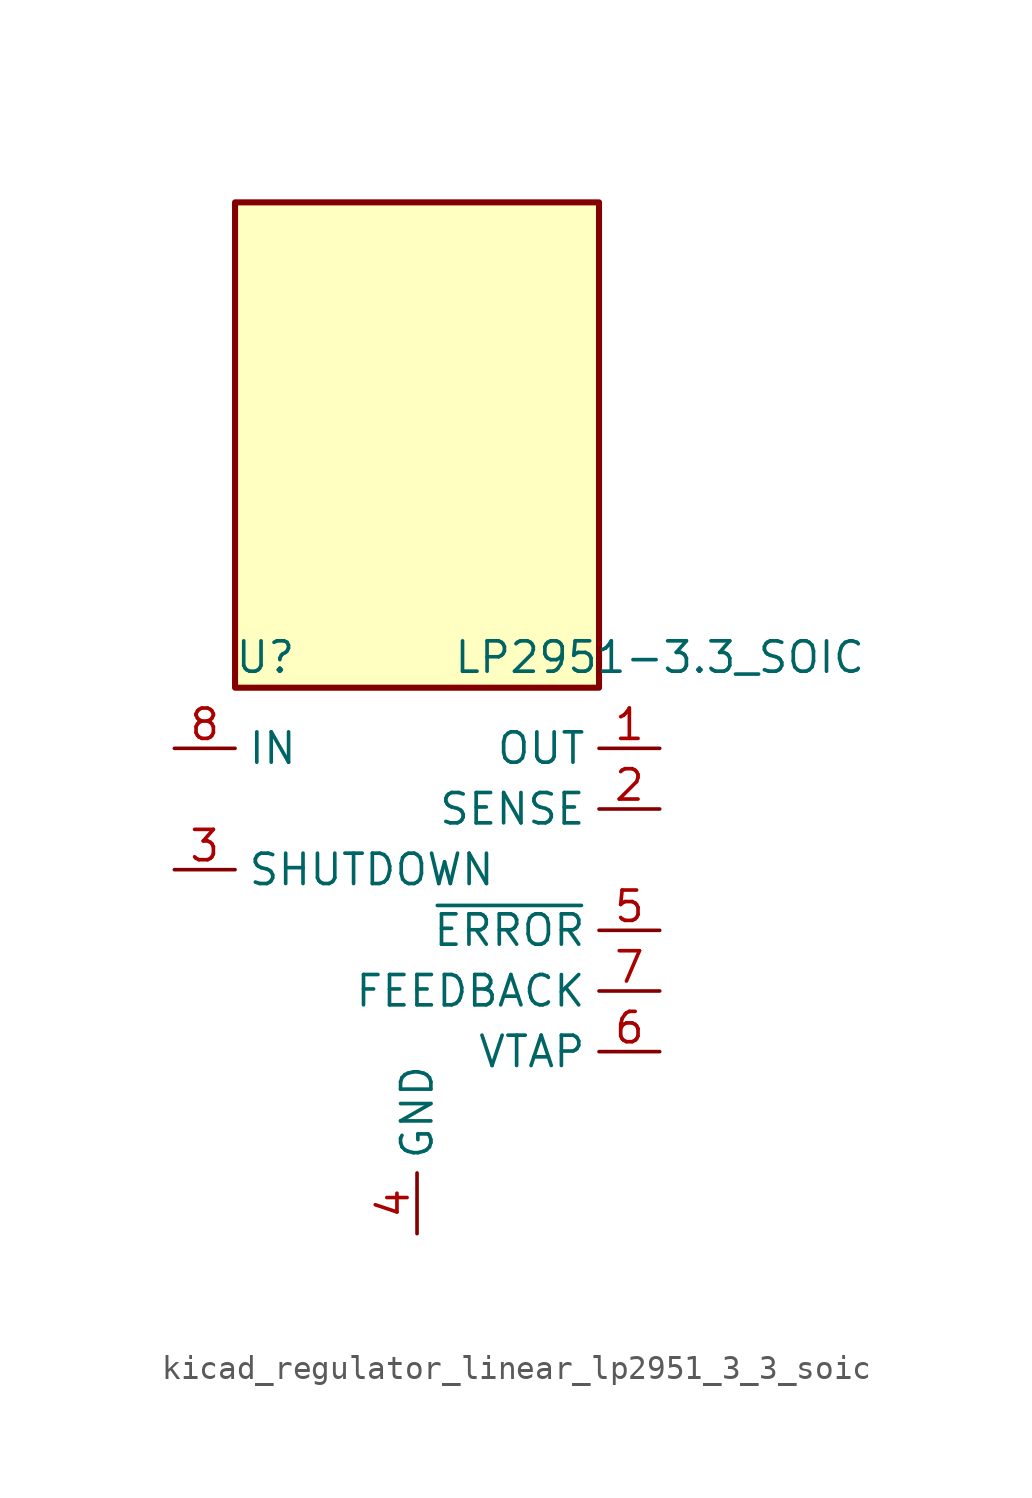
<source format=kicad_sym>
(kicad_symbol_lib
  (version 20220914)
  (generator kicad_symbol_editor)
  (symbol "kicad_regulator_linear_lp2951_3_3_soic"
    (property "Reference" "U"
      (at -6.35 11.43 0)
      (effects (font (size 1.27 1.27))))
    (property "Value" "LP2951-3.3_SOIC"
      (at 10.16 11.43 0)
      (effects (font (size 1.27 1.27))))
    (symbol "kicad_regulator_linear_lp2951_3_3_soic_0_1"
      (rectangle (start 7.62 30.48) (end -7.62 10.16) (stroke (width 0.254) (type default)) (fill (type background))))
    (symbol "kicad_regulator_linear_lp2951_3_3_soic_1_1"
      (pin power_out line (at 10.16 7.62 180) (length 2.54) (name "OUT" (effects (font (size 1.27 1.27)))) (number "1" (effects (font (size 1.27 1.27)))))
      (pin passive line (at 10.16 5.08 180) (length 2.54) (name "SENSE" (effects (font (size 1.27 1.27)))) (number "2" (effects (font (size 1.27 1.27)))))
      (pin input line (at -10.16 2.54 0) (length 2.54) (name "SHUTDOWN" (effects (font (size 1.27 1.27)))) (number "3" (effects (font (size 1.27 1.27)))))
      (pin power_in line (at 0 -12.7 90) (length 2.54) (name "GND" (effects (font (size 1.27 1.27)))) (number "4" (effects (font (size 1.27 1.27)))))
      (pin open_collector line (at 10.16 0 180) (length 2.54) (name "~{ERROR}" (effects (font (size 1.27 1.27)))) (number "5" (effects (font (size 1.27 1.27)))))
      (pin input line (at 10.16 -5.08 180) (length 2.54) (name "VTAP" (effects (font (size 1.27 1.27)))) (number "6" (effects (font (size 1.27 1.27)))))
      (pin input line (at 10.16 -2.54 180) (length 2.54) (name "FEEDBACK" (effects (font (size 1.27 1.27)))) (number "7" (effects (font (size 1.27 1.27)))))
      (pin power_in line (at -10.16 7.62 0) (length 2.54) (name "IN" (effects (font (size 1.27 1.27)))) (number "8" (effects (font (size 1.27 1.27))))))))
</source>
